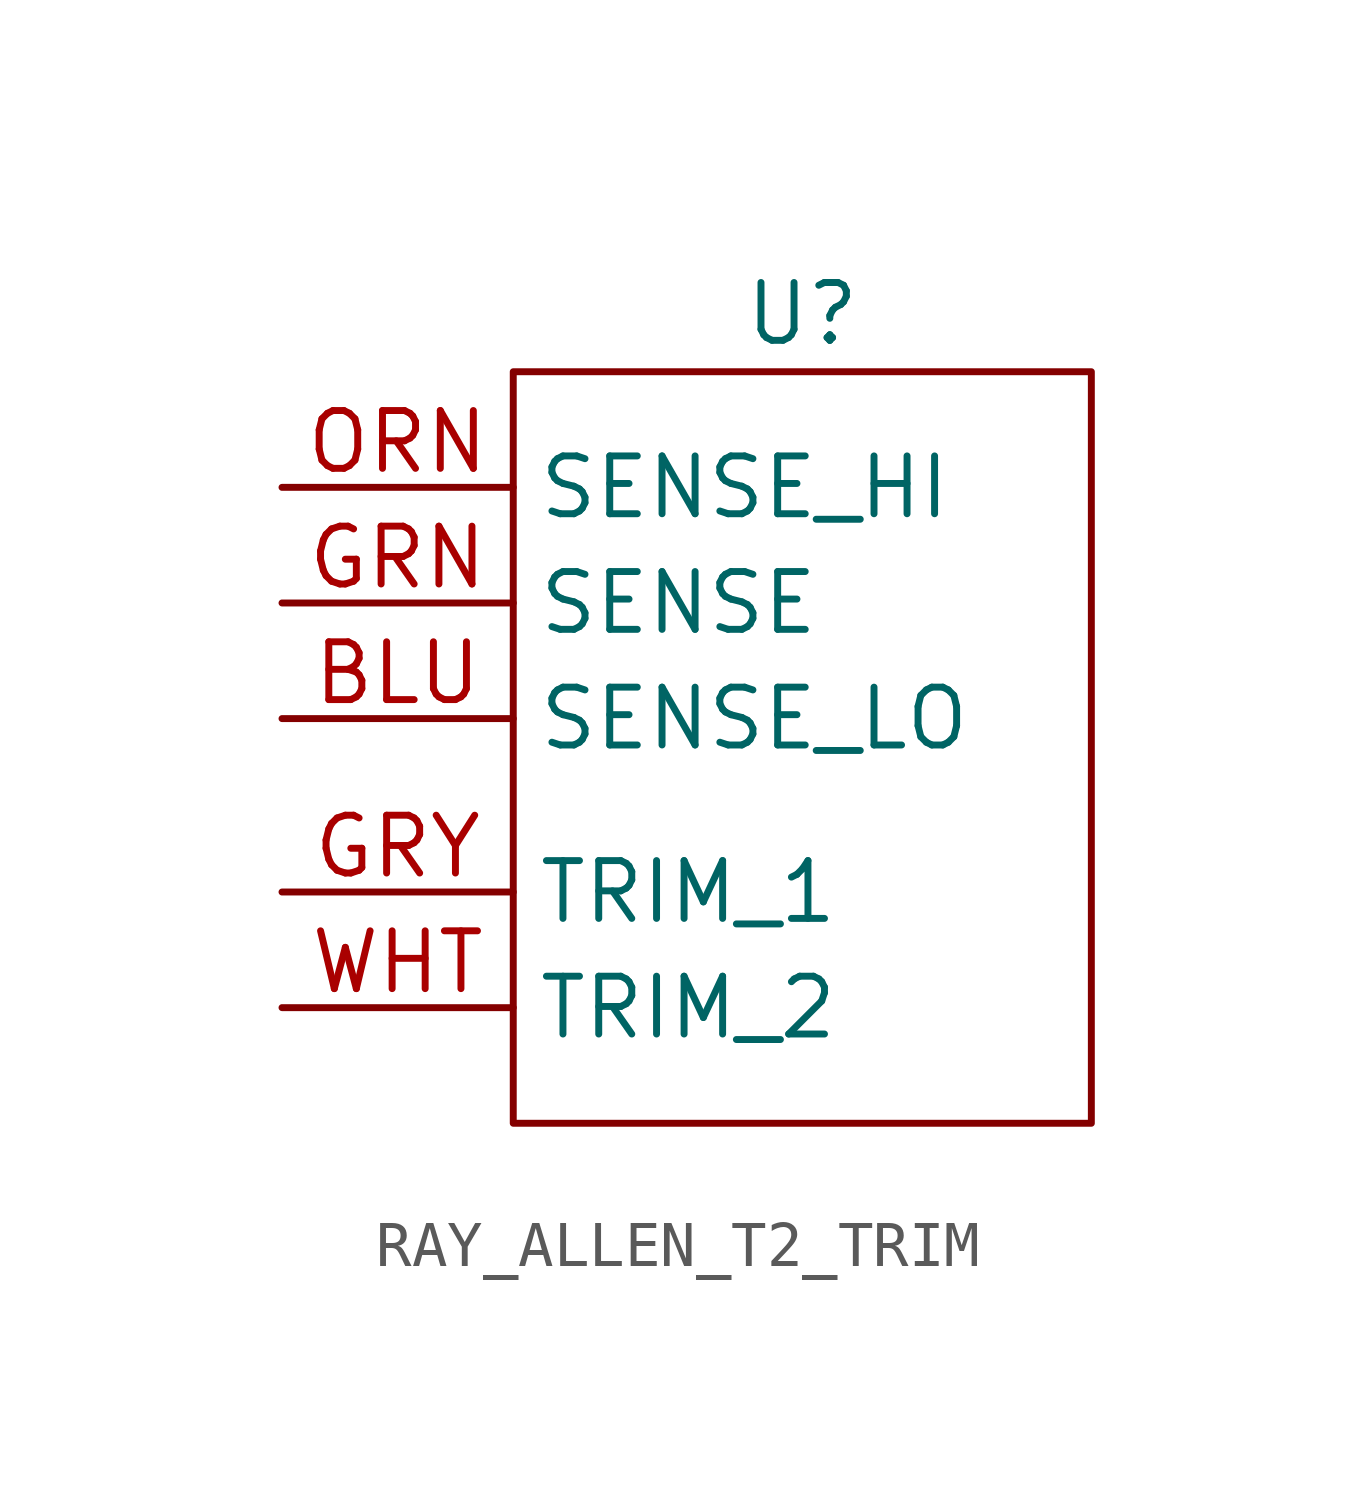
<source format=kicad_sym>
(kicad_symbol_lib
  (version 20241209)
  (generator "kicad_symbol_editor")
  (generator_version "9.0")
  (symbol "RAY_ALLEN_T2_TRIM"
    (property "Reference" "U"
      (at 0 6.35 0)
      (effects (font (size 1.27 1.27))))
    (property "Value" ""
      (at 0 6.35 0)
      (effects (font (size 1.27 1.27))))
    (symbol "RAY_ALLEN_T2_TRIM_0_1"
      (rectangle (start -6.35 5.08) (end 6.35 -11.43) (stroke (width 0) (type default)) (fill (type none))))
    (symbol "RAY_ALLEN_T2_TRIM_1_0"
      (pin bidirectional line (at -11.43 2.54 0) (length 5.08) (name "SENSE_HI" (effects (font (size 1.27 1.27)))) (number "ORN" (effects (font (size 1.27 1.27)))))
      (pin bidirectional line (at -11.43 0 0) (length 5.08) (name "SENSE" (effects (font (size 1.27 1.27)))) (number "GRN" (effects (font (size 1.27 1.27)))))
      (pin bidirectional line (at -11.43 -2.54 0) (length 5.08) (name "SENSE_LO" (effects (font (size 1.27 1.27)))) (number "BLU" (effects (font (size 1.27 1.27)))))
      (pin input line (at -11.43 -6.35 0) (length 5.08) (name "TRIM_1" (effects (font (size 1.27 1.27)))) (number "GRY" (effects (font (size 1.27 1.27)))))
      (pin input line (at -11.43 -8.89 0) (length 5.08) (name "TRIM_2" (effects (font (size 1.27 1.27)))) (number "WHT" (effects (font (size 1.27 1.27))))))))
</source>
